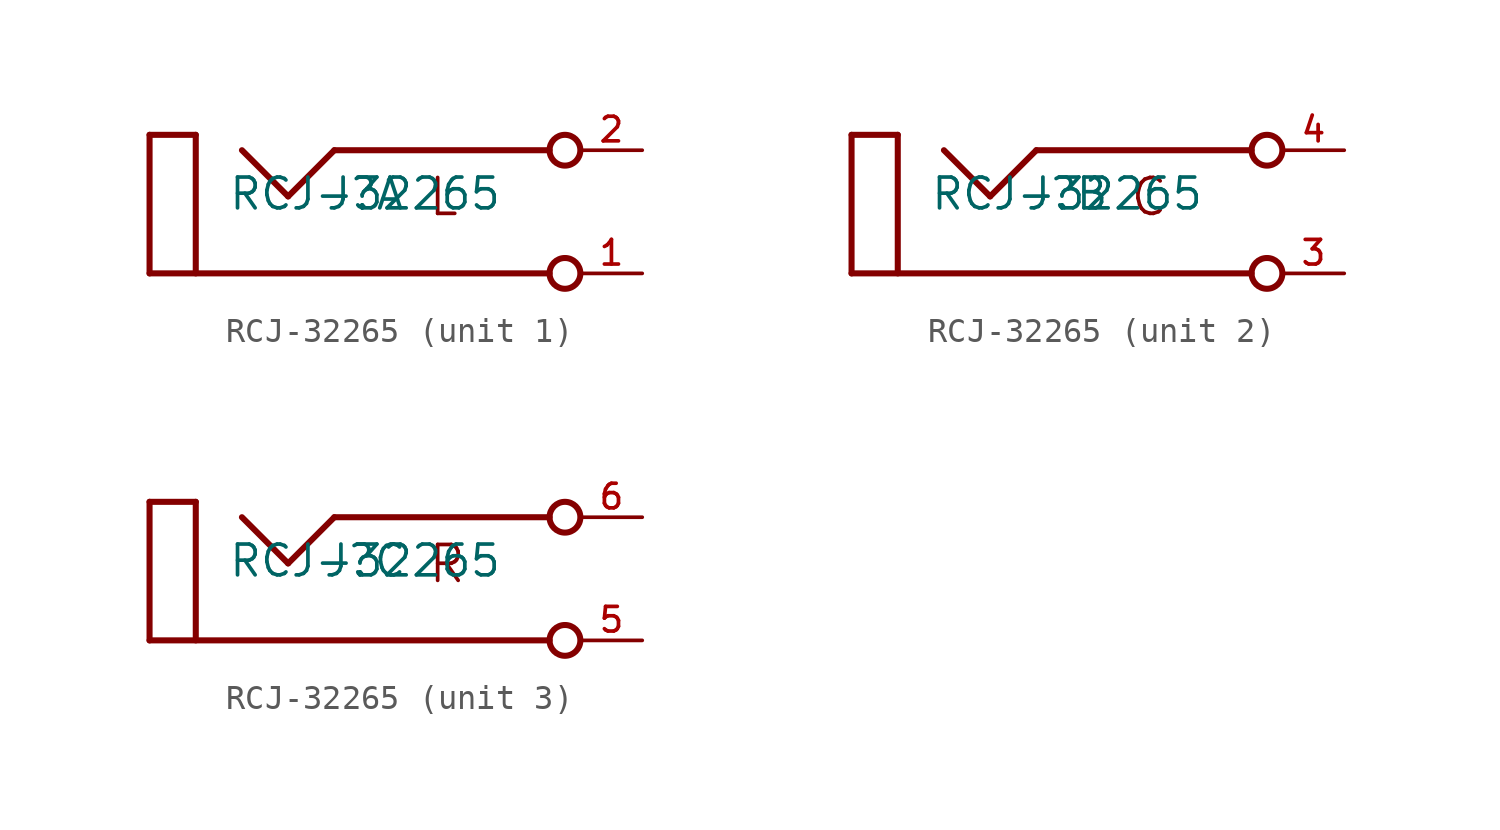
<source format=kicad_sym>
(kicad_symbol_lib
  (version 20241209)
  (generator "kicad_symbol_editor")
  (generator_version "9.0")
  (symbol "RCJ-32265"
    (pin_names
      (offset 1.016))
    (property "Reference" "J"
      (at 0 0 0)
      (effects (font (size 1.27 1.27)) (justify bottom)))
    (property "Value" "RCJ-32265"
      (at 0 0 0)
      (effects (font (size 1.27 1.27)) (justify bottom)))
    (symbol "RCJ-32265_1_0"
      (polyline (pts (xy -8.889 3.175) (xy -8.889 -2.54)) (stroke (width 0.25) (type default)) (fill (type none)))
      (polyline (pts (xy -8.889 3.175) (xy -6.984 3.175)) (stroke (width 0.25) (type default)) (fill (type none)))
      (polyline (pts (xy -8.889 -2.54) (xy 7.608 -2.54)) (stroke (width 0.25) (type default)) (fill (type none)))
      (polyline (pts (xy -6.984 3.175) (xy -6.984 -2.54)) (stroke (width 0.25) (type default)) (fill (type none)))
      (polyline (pts (xy -5.079 2.54) (xy -3.174 0.635)) (stroke (width 0.25) (type default)) (fill (type none)))
      (polyline (pts (xy -3.174 0.635) (xy -1.269 2.54)) (stroke (width 0.25) (type default)) (fill (type none)))
      (polyline (pts (xy -1.269 2.54) (xy 7.608 2.54)) (stroke (width 0.25) (type default)) (fill (type none)))
      (circle (center 8.243 2.54) (radius 0.635) (stroke (width 0.25) (type default)) (fill (type none)))
      (circle (center 8.243 -2.54) (radius 0.635) (stroke (width 0.25) (type default)) (fill (type none)))
      (text "L" (at 2.54 1.479 0) (effects (font (size 1.48 1.48)) (justify left top)))
      (pin passive line (at 11.43 2.54 180) (length 2.54) (name "~" (effects (font (size 1.016 1.016)))) (number "2" (effects (font (size 1.016 1.016)))))
      (pin passive line (at 11.43 -2.54 180) (length 2.54) (name "~" (effects (font (size 1.016 1.016)))) (number "1" (effects (font (size 1.016 1.016))))))
    (symbol "RCJ-32265_2_0"
      (polyline (pts (xy -8.89 3.175) (xy -8.89 -2.54)) (stroke (width 0.25) (type default)) (fill (type none)))
      (polyline (pts (xy -8.89 3.175) (xy -6.984 3.175)) (stroke (width 0.25) (type default)) (fill (type none)))
      (polyline (pts (xy -8.89 -2.54) (xy 7.608 -2.54)) (stroke (width 0.25) (type default)) (fill (type none)))
      (polyline (pts (xy -6.984 3.175) (xy -6.984 -2.54)) (stroke (width 0.25) (type default)) (fill (type none)))
      (polyline (pts (xy -5.08 2.54) (xy -3.175 0.635)) (stroke (width 0.25) (type default)) (fill (type none)))
      (polyline (pts (xy -3.175 0.635) (xy -1.27 2.54)) (stroke (width 0.25) (type default)) (fill (type none)))
      (polyline (pts (xy -1.27 2.54) (xy 7.608 2.54)) (stroke (width 0.25) (type default)) (fill (type none)))
      (circle (center 8.243 2.54) (radius 0.635) (stroke (width 0.25) (type default)) (fill (type none)))
      (circle (center 8.243 -2.54) (radius 0.635) (stroke (width 0.25) (type default)) (fill (type none)))
      (text "C" (at 2.54 1.479 0) (effects (font (size 1.48 1.48)) (justify left top)))
      (pin passive line (at 11.43 2.54 180) (length 2.54) (name "~" (effects (font (size 1.016 1.016)))) (number "4" (effects (font (size 1.016 1.016)))))
      (pin passive line (at 11.43 -2.54 180) (length 2.54) (name "~" (effects (font (size 1.016 1.016)))) (number "3" (effects (font (size 1.016 1.016))))))
    (symbol "RCJ-32265_3_0"
      (polyline (pts (xy -8.89 3.175) (xy -8.89 -2.54)) (stroke (width 0.25) (type default)) (fill (type none)))
      (polyline (pts (xy -8.89 3.175) (xy -6.984 3.175)) (stroke (width 0.25) (type default)) (fill (type none)))
      (polyline (pts (xy -8.89 -2.54) (xy 7.608 -2.54)) (stroke (width 0.25) (type default)) (fill (type none)))
      (polyline (pts (xy -6.984 3.175) (xy -6.984 -2.54)) (stroke (width 0.25) (type default)) (fill (type none)))
      (polyline (pts (xy -5.08 2.54) (xy -3.175 0.635)) (stroke (width 0.25) (type default)) (fill (type none)))
      (polyline (pts (xy -3.175 0.635) (xy -1.27 2.54)) (stroke (width 0.25) (type default)) (fill (type none)))
      (polyline (pts (xy -1.27 2.54) (xy 7.608 2.54)) (stroke (width 0.25) (type default)) (fill (type none)))
      (circle (center 8.243 2.54) (radius 0.635) (stroke (width 0.25) (type default)) (fill (type none)))
      (circle (center 8.243 -2.54) (radius 0.635) (stroke (width 0.25) (type default)) (fill (type none)))
      (text "R" (at 2.54 1.479 0) (effects (font (size 1.48 1.48)) (justify left top)))
      (pin passive line (at 11.43 2.54 180) (length 2.54) (name "~" (effects (font (size 1.016 1.016)))) (number "6" (effects (font (size 1.016 1.016)))))
      (pin passive line (at 11.43 -2.54 180) (length 2.54) (name "~" (effects (font (size 1.016 1.016)))) (number "5" (effects (font (size 1.016 1.016))))))))
</source>
